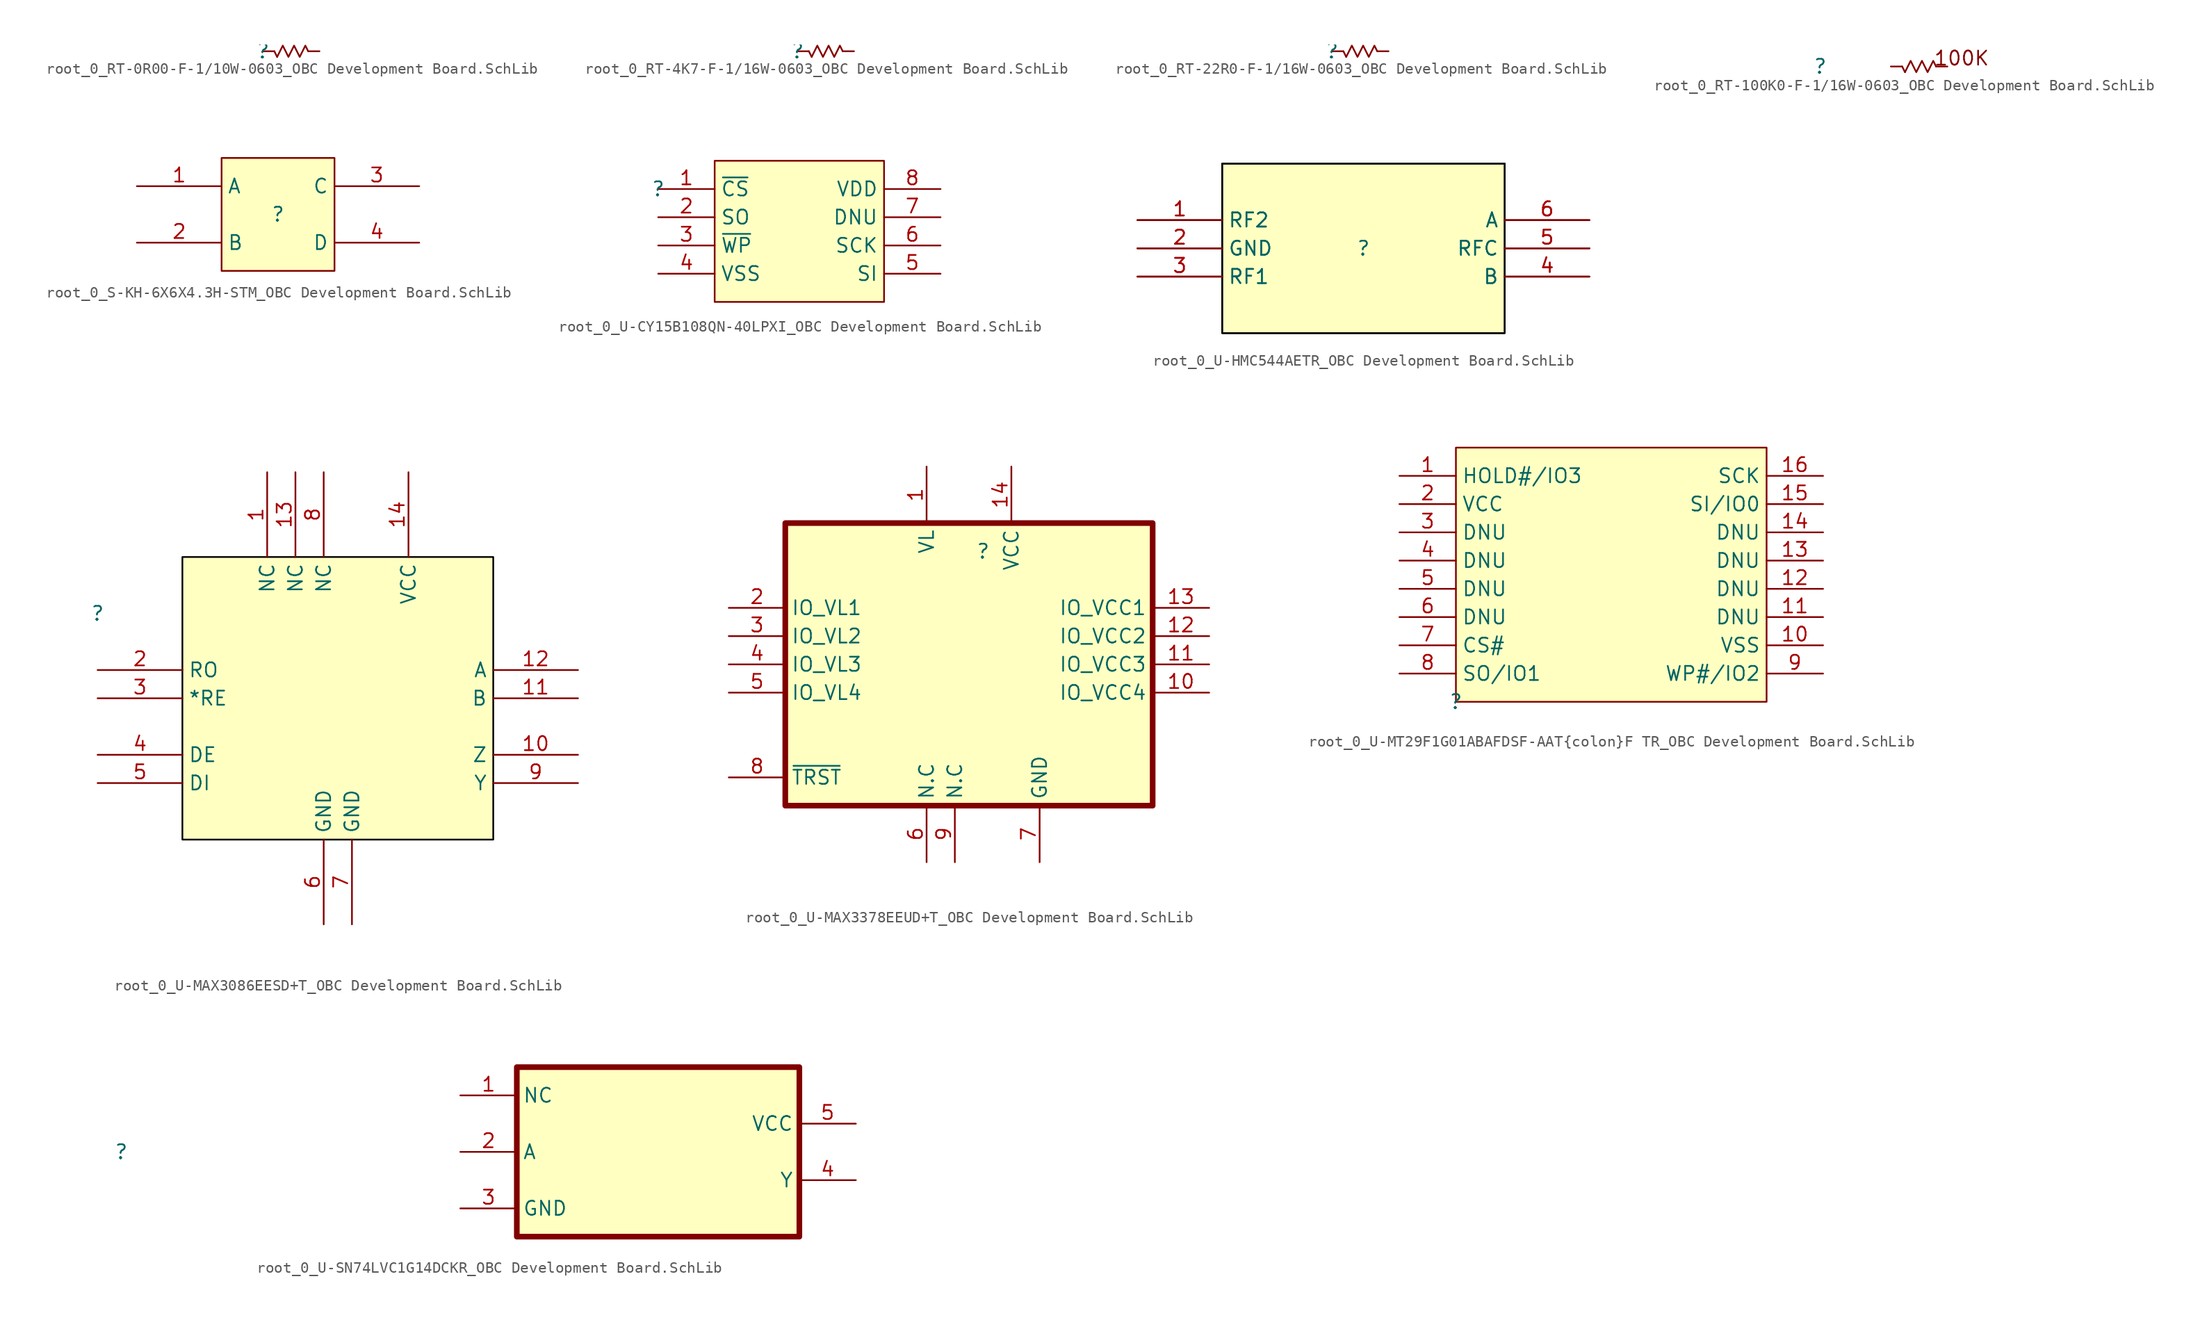
<source format=kicad_sym>
(kicad_symbol_lib
  (version 20241209)
  (generator "kicad_symbol_editor")
  (generator_version "9.0")
  (symbol "root_0_RT-0R00-F-1/10W-0603_OBC Development Board.SchLib"
    (pin_numbers
      (hide yes))
    (pin_names
      (hide yes))
    (property "Reference" ""
      (at 0 0 0)
      (effects (font (size 1.27 1.27))))
    (property "Value" ""
      (at 0 0 0)
      (effects (font (size 1.27 1.27))))
    (symbol "root_0_RT-0R00-F-1/10W-0603_OBC Development Board.SchLib_1_0"
      (polyline (pts (xy 1.27 -0.508) (xy 1.016 0)) (stroke (width 0) (type solid)) (fill (type none)))
      (polyline (pts (xy 1.27 -0.508) (xy 1.778 0.508) (xy 2.286 -0.508) (xy 2.794 0.508) (xy 3.302 -0.508) (xy 3.81 0.508) (xy 4.064 0)) (stroke (width 0) (type solid)) (fill (type none)))
      (pin passive line (at 0 0 0) (length 1.016) (name "" (effects (font (size 1.27 1.27)))) (number "1" (effects (font (size 1.27 1.27)))))
      (pin passive line (at 5.08 0 180) (length 1.016) (name "" (effects (font (size 1.27 1.27)))) (number "2" (effects (font (size 1.27 1.27)))))))
  (symbol "root_0_RT-4K7-F-1/16W-0603_OBC Development Board.SchLib"
    (pin_numbers
      (hide yes))
    (pin_names
      (hide yes))
    (property "Reference" ""
      (at 0 0 0)
      (effects (font (size 1.27 1.27))))
    (property "Value" ""
      (at 0 0 0)
      (effects (font (size 1.27 1.27))))
    (symbol "root_0_RT-4K7-F-1/16W-0603_OBC Development Board.SchLib_1_0"
      (polyline (pts (xy 1.27 -0.508) (xy 1.016 0)) (stroke (width 0) (type solid)) (fill (type none)))
      (polyline (pts (xy 1.27 -0.508) (xy 1.778 0.508) (xy 2.286 -0.508) (xy 2.794 0.508) (xy 3.302 -0.508) (xy 3.81 0.508) (xy 4.064 0)) (stroke (width 0) (type solid)) (fill (type none)))
      (pin passive line (at 0 0 0) (length 1.016) (name "" (effects (font (size 1.27 1.27)))) (number "1" (effects (font (size 1.27 1.27)))))
      (pin passive line (at 5.08 0 180) (length 1.016) (name "" (effects (font (size 1.27 1.27)))) (number "2" (effects (font (size 1.27 1.27)))))))
  (symbol "root_0_RT-22R0-F-1/16W-0603_OBC Development Board.SchLib"
    (pin_numbers
      (hide yes))
    (pin_names
      (hide yes))
    (property "Reference" ""
      (at 0 0 0)
      (effects (font (size 1.27 1.27))))
    (property "Value" ""
      (at 0 0 0)
      (effects (font (size 1.27 1.27))))
    (symbol "root_0_RT-22R0-F-1/16W-0603_OBC Development Board.SchLib_1_0"
      (polyline (pts (xy 1.27 -0.508) (xy 1.016 0)) (stroke (width 0) (type solid)) (fill (type none)))
      (polyline (pts (xy 1.27 -0.508) (xy 1.778 0.508) (xy 2.286 -0.508) (xy 2.794 0.508) (xy 3.302 -0.508) (xy 3.81 0.508) (xy 4.064 0)) (stroke (width 0) (type solid)) (fill (type none)))
      (pin passive line (at 0 0 0) (length 1.016) (name "" (effects (font (size 1.27 1.27)))) (number "1" (effects (font (size 1.27 1.27)))))
      (pin passive line (at 5.08 0 180) (length 1.016) (name "" (effects (font (size 1.27 1.27)))) (number "2" (effects (font (size 1.27 1.27)))))))
  (symbol "root_0_RT-100K0-F-1/16W-0603_OBC Development Board.SchLib"
    (pin_numbers
      (hide yes))
    (pin_names
      (hide yes))
    (property "Reference" ""
      (at 0 0 0)
      (effects (font (size 1.27 1.27))))
    (property "Value" ""
      (at 0 0 0)
      (effects (font (size 1.27 1.27))))
    (symbol "root_0_RT-100K0-F-1/16W-0603_OBC Development Board.SchLib_1_0"
      (polyline (pts (xy 7.62 -0.508) (xy 7.366 0)) (stroke (width 0) (type solid)) (fill (type none)))
      (polyline (pts (xy 7.62 -0.508) (xy 8.128 0.508) (xy 8.636 -0.508) (xy 9.144 0.508) (xy 9.652 -0.508) (xy 10.16 0.508) (xy 10.414 0)) (stroke (width 0) (type solid)) (fill (type none)))
      (text "100K" (at 10.16 0 0) (effects (font (size 1.27 1.27)) (justify left bottom)))
      (pin passive line (at 6.35 0 0) (length 1.016) (name "" (effects (font (size 1.27 1.27)))) (number "1" (effects (font (size 1.27 1.27)))))
      (pin passive line (at 11.43 0 180) (length 1.016) (name "" (effects (font (size 1.27 1.27)))) (number "2" (effects (font (size 1.27 1.27)))))))
  (symbol "root_0_S-KH-6X6X4.3H-STM_OBC Development Board.SchLib"
    (property "Reference" ""
      (at 0 0 0)
      (effects (font (size 1.27 1.27))))
    (property "Value" ""
      (at 0 0 0)
      (effects (font (size 1.27 1.27))))
    (symbol "root_0_S-KH-6X6X4.3H-STM_OBC Development Board.SchLib_1_0"
      (rectangle (start 5.08 5.08) (end -5.08 -5.08) (stroke (width 0) (type solid) (color 128 0 0 1)) (fill (type background)))
      (pin passive line (at -12.7 2.54 0) (length 7.62) (name "A" (effects (font (size 1.27 1.27)))) (number "1" (effects (font (size 1.27 1.27)))))
      (pin passive line (at -12.7 -2.54 0) (length 7.62) (name "B" (effects (font (size 1.27 1.27)))) (number "2" (effects (font (size 1.27 1.27)))))
      (pin passive line (at 12.7 2.54 180) (length 7.62) (name "C" (effects (font (size 1.27 1.27)))) (number "3" (effects (font (size 1.27 1.27)))))
      (pin passive line (at 12.7 -2.54 180) (length 7.62) (name "D" (effects (font (size 1.27 1.27)))) (number "4" (effects (font (size 1.27 1.27)))))))
  (symbol "root_0_U-CY15B108QN-40LPXI_OBC Development Board.SchLib"
    (property "Reference" ""
      (at 0 0 0)
      (effects (font (size 1.27 1.27))))
    (property "Value" ""
      (at 0 0 0)
      (effects (font (size 1.27 1.27))))
    (symbol "root_0_U-CY15B108QN-40LPXI_OBC Development Board.SchLib_1_0"
      (rectangle (start 20.32 2.54) (end 5.08 -10.16) (stroke (width 0) (type solid) (color 128 0 0 1)) (fill (type background)))
      (pin passive line (at 0 0 0) (length 5.08) (name "~{CS}" (effects (font (size 1.27 1.27)))) (number "1" (effects (font (size 1.27 1.27)))))
      (pin passive line (at 0 -2.54 0) (length 5.08) (name "SO" (effects (font (size 1.27 1.27)))) (number "2" (effects (font (size 1.27 1.27)))))
      (pin passive line (at 0 -5.08 0) (length 5.08) (name "~{WP}" (effects (font (size 1.27 1.27)))) (number "3" (effects (font (size 1.27 1.27)))))
      (pin passive line (at 0 -7.62 0) (length 5.08) (name "VSS" (effects (font (size 1.27 1.27)))) (number "4" (effects (font (size 1.27 1.27)))))
      (pin passive line (at 25.4 0 180) (length 5.08) (name "VDD" (effects (font (size 1.27 1.27)))) (number "8" (effects (font (size 1.27 1.27)))))
      (pin passive line (at 25.4 -2.54 180) (length 5.08) (name "DNU" (effects (font (size 1.27 1.27)))) (number "7" (effects (font (size 1.27 1.27)))))
      (pin passive line (at 25.4 -5.08 180) (length 5.08) (name "SCK" (effects (font (size 1.27 1.27)))) (number "6" (effects (font (size 1.27 1.27)))))
      (pin passive line (at 25.4 -7.62 180) (length 5.08) (name "SI" (effects (font (size 1.27 1.27)))) (number "5" (effects (font (size 1.27 1.27)))))))
  (symbol "root_0_U-HMC544AETR_OBC Development Board.SchLib"
    (property "Reference" ""
      (at 0 0 0)
      (effects (font (size 1.27 1.27))))
    (property "Value" ""
      (at 0 0 0)
      (effects (font (size 1.27 1.27))))
    (symbol "root_0_U-HMC544AETR_OBC Development Board.SchLib_1_0"
      (rectangle (start 12.7 7.62) (end -12.7 -7.62) (stroke (width 0) (type solid) (color 0 0 0 1)) (fill (type background)))
      (rectangle (start 12.7 7.62) (end -12.7 -7.62) (stroke (width 0) (type solid) (color 0 0 0 1)) (fill (type background)))
      (pin passive line (at -20.32 2.54 0) (length 7.62) (name "RF2" (effects (font (size 1.27 1.27)))) (number "1" (effects (font (size 1.27 1.27)))))
      (pin passive line (at -20.32 2.54 0) (length 7.62) (name "RF2" (effects (font (size 1.27 1.27)))) (number "1" (effects (font (size 1.27 1.27)))))
      (pin passive line (at -20.32 0 0) (length 7.62) (name "GND" (effects (font (size 1.27 1.27)))) (number "2" (effects (font (size 1.27 1.27)))))
      (pin passive line (at -20.32 0 0) (length 7.62) (name "GND" (effects (font (size 1.27 1.27)))) (number "2" (effects (font (size 1.27 1.27)))))
      (pin passive line (at -20.32 -2.54 0) (length 7.62) (name "RF1" (effects (font (size 1.27 1.27)))) (number "3" (effects (font (size 1.27 1.27)))))
      (pin passive line (at -20.32 -2.54 0) (length 7.62) (name "RF1" (effects (font (size 1.27 1.27)))) (number "3" (effects (font (size 1.27 1.27)))))
      (pin passive line (at 20.32 2.54 180) (length 7.62) (name "A" (effects (font (size 1.27 1.27)))) (number "6" (effects (font (size 1.27 1.27)))))
      (pin passive line (at 20.32 2.54 180) (length 7.62) (name "A" (effects (font (size 1.27 1.27)))) (number "6" (effects (font (size 1.27 1.27)))))
      (pin passive line (at 20.32 0 180) (length 7.62) (name "RFC" (effects (font (size 1.27 1.27)))) (number "5" (effects (font (size 1.27 1.27)))))
      (pin passive line (at 20.32 0 180) (length 7.62) (name "RFC" (effects (font (size 1.27 1.27)))) (number "5" (effects (font (size 1.27 1.27)))))
      (pin passive line (at 20.32 -2.54 180) (length 7.62) (name "B" (effects (font (size 1.27 1.27)))) (number "4" (effects (font (size 1.27 1.27)))))
      (pin passive line (at 20.32 -2.54 180) (length 7.62) (name "B" (effects (font (size 1.27 1.27)))) (number "4" (effects (font (size 1.27 1.27)))))))
  (symbol "root_0_U-MAX3086EESD+T_OBC Development Board.SchLib"
    (property "Reference" ""
      (at 0 0 0)
      (effects (font (size 1.27 1.27))))
    (property "Value" ""
      (at 0 0 0)
      (effects (font (size 1.27 1.27))))
    (symbol "root_0_U-MAX3086EESD+T_OBC Development Board.SchLib_1_0"
      (rectangle (start 35.56 5.08) (end 7.62 -20.32) (stroke (width 0) (type solid) (color 0 0 0 1)) (fill (type background)))
      (pin passive line (at 0 -5.08 0) (length 7.62) (name "RO" (effects (font (size 1.27 1.27)))) (number "2" (effects (font (size 1.27 1.27)))))
      (pin passive line (at 0 -7.62 0) (length 7.62) (name "*RE" (effects (font (size 1.27 1.27)))) (number "3" (effects (font (size 1.27 1.27)))))
      (pin passive line (at 0 -12.7 0) (length 7.62) (name "DE" (effects (font (size 1.27 1.27)))) (number "4" (effects (font (size 1.27 1.27)))))
      (pin passive line (at 0 -15.24 0) (length 7.62) (name "DI" (effects (font (size 1.27 1.27)))) (number "5" (effects (font (size 1.27 1.27)))))
      (pin passive line (at 15.24 12.7 270) (length 7.62) (name "NC" (effects (font (size 1.27 1.27)))) (number "1" (effects (font (size 1.27 1.27)))))
      (pin passive line (at 17.78 12.7 270) (length 7.62) (name "NC" (effects (font (size 1.27 1.27)))) (number "13" (effects (font (size 1.27 1.27)))))
      (pin passive line (at 20.32 12.7 270) (length 7.62) (name "NC" (effects (font (size 1.27 1.27)))) (number "8" (effects (font (size 1.27 1.27)))))
      (pin power_in line (at 20.32 -27.94 90) (length 7.62) (name "GND" (effects (font (size 1.27 1.27)))) (number "6" (effects (font (size 1.27 1.27)))))
      (pin power_in line (at 22.86 -27.94 90) (length 7.62) (name "GND" (effects (font (size 1.27 1.27)))) (number "7" (effects (font (size 1.27 1.27)))))
      (pin power_in line (at 27.94 12.7 270) (length 7.62) (name "VCC" (effects (font (size 1.27 1.27)))) (number "14" (effects (font (size 1.27 1.27)))))
      (pin passive line (at 43.18 -5.08 180) (length 7.62) (name "A" (effects (font (size 1.27 1.27)))) (number "12" (effects (font (size 1.27 1.27)))))
      (pin passive line (at 43.18 -7.62 180) (length 7.62) (name "B" (effects (font (size 1.27 1.27)))) (number "11" (effects (font (size 1.27 1.27)))))
      (pin passive line (at 43.18 -12.7 180) (length 7.62) (name "Z" (effects (font (size 1.27 1.27)))) (number "10" (effects (font (size 1.27 1.27)))))
      (pin passive line (at 43.18 -15.24 180) (length 7.62) (name "Y" (effects (font (size 1.27 1.27)))) (number "9" (effects (font (size 1.27 1.27)))))))
  (symbol "root_0_U-MAX3378EEUD+T_OBC Development Board.SchLib"
    (property "Reference" ""
      (at 0 0 0)
      (effects (font (size 1.27 1.27))))
    (property "Value" ""
      (at 0 0 0)
      (effects (font (size 1.27 1.27))))
    (symbol "root_0_U-MAX3378EEUD+T_OBC Development Board.SchLib_1_0"
      (rectangle (start 15.24 2.54) (end -17.78 -22.86) (stroke (width 0.508) (type solid) (color 128 0 0 1)) (fill (type background)))
      (pin passive line (at -22.86 -5.08 0) (length 5.08) (name "IO_VL1" (effects (font (size 1.27 1.27)))) (number "2" (effects (font (size 1.27 1.27)))))
      (pin passive line (at -22.86 -7.62 0) (length 5.08) (name "IO_VL2" (effects (font (size 1.27 1.27)))) (number "3" (effects (font (size 1.27 1.27)))))
      (pin passive line (at -22.86 -10.16 0) (length 5.08) (name "IO_VL3" (effects (font (size 1.27 1.27)))) (number "4" (effects (font (size 1.27 1.27)))))
      (pin passive line (at -22.86 -12.7 0) (length 5.08) (name "IO_VL4" (effects (font (size 1.27 1.27)))) (number "5" (effects (font (size 1.27 1.27)))))
      (pin passive line (at -22.86 -20.32 0) (length 5.08) (name "~{TRST}" (effects (font (size 1.27 1.27)))) (number "8" (effects (font (size 1.27 1.27)))))
      (pin power_in line (at -5.08 7.62 270) (length 5.08) (name "VL" (effects (font (size 1.27 1.27)))) (number "1" (effects (font (size 1.27 1.27)))))
      (pin passive line (at -5.08 -27.94 90) (length 5.08) (name "N.C" (effects (font (size 1.27 1.27)))) (number "6" (effects (font (size 1.27 1.27)))))
      (pin passive line (at -2.54 -27.94 90) (length 5.08) (name "N.C" (effects (font (size 1.27 1.27)))) (number "9" (effects (font (size 1.27 1.27)))))
      (pin power_in line (at 2.54 7.62 270) (length 5.08) (name "VCC" (effects (font (size 1.27 1.27)))) (number "14" (effects (font (size 1.27 1.27)))))
      (pin passive line (at 5.08 -27.94 90) (length 5.08) (name "GND" (effects (font (size 1.27 1.27)))) (number "7" (effects (font (size 1.27 1.27)))))
      (pin passive line (at 20.32 -5.08 180) (length 5.08) (name "IO_VCC1" (effects (font (size 1.27 1.27)))) (number "13" (effects (font (size 1.27 1.27)))))
      (pin passive line (at 20.32 -7.62 180) (length 5.08) (name "IO_VCC2" (effects (font (size 1.27 1.27)))) (number "12" (effects (font (size 1.27 1.27)))))
      (pin passive line (at 20.32 -10.16 180) (length 5.08) (name "IO_VCC3" (effects (font (size 1.27 1.27)))) (number "11" (effects (font (size 1.27 1.27)))))
      (pin passive line (at 20.32 -12.7 180) (length 5.08) (name "IO_VCC4" (effects (font (size 1.27 1.27)))) (number "10" (effects (font (size 1.27 1.27)))))))
  (symbol "root_0_U-MT29F1G01ABAFDSF-AAT{colon}F TR_OBC Development Board.SchLib"
    (property "Reference" ""
      (at 0 0 0)
      (effects (font (size 1.27 1.27))))
    (property "Value" ""
      (at 0 0 0)
      (effects (font (size 1.27 1.27))))
    (symbol "root_0_U-MT29F1G01ABAFDSF-AAT{colon}F TR_OBC Development Board.SchLib_1_0"
      (rectangle (start 27.94 22.86) (end 0 0) (stroke (width 0) (type solid) (color 128 0 0 1)) (fill (type background)))
      (pin passive line (at -5.08 20.32 0) (length 5.08) (name "HOLD#/IO3" (effects (font (size 1.27 1.27)))) (number "1" (effects (font (size 1.27 1.27)))))
      (pin passive line (at -5.08 17.78 0) (length 5.08) (name "VCC" (effects (font (size 1.27 1.27)))) (number "2" (effects (font (size 1.27 1.27)))))
      (pin passive line (at -5.08 15.24 0) (length 5.08) (name "DNU" (effects (font (size 1.27 1.27)))) (number "3" (effects (font (size 1.27 1.27)))))
      (pin passive line (at -5.08 12.7 0) (length 5.08) (name "DNU" (effects (font (size 1.27 1.27)))) (number "4" (effects (font (size 1.27 1.27)))))
      (pin passive line (at -5.08 10.16 0) (length 5.08) (name "DNU" (effects (font (size 1.27 1.27)))) (number "5" (effects (font (size 1.27 1.27)))))
      (pin passive line (at -5.08 7.62 0) (length 5.08) (name "DNU" (effects (font (size 1.27 1.27)))) (number "6" (effects (font (size 1.27 1.27)))))
      (pin passive line (at -5.08 5.08 0) (length 5.08) (name "CS#" (effects (font (size 1.27 1.27)))) (number "7" (effects (font (size 1.27 1.27)))))
      (pin passive line (at -5.08 2.54 0) (length 5.08) (name "SO/IO1" (effects (font (size 1.27 1.27)))) (number "8" (effects (font (size 1.27 1.27)))))
      (pin passive line (at 33.02 20.32 180) (length 5.08) (name "SCK" (effects (font (size 1.27 1.27)))) (number "16" (effects (font (size 1.27 1.27)))))
      (pin passive line (at 33.02 17.78 180) (length 5.08) (name "SI/IO0" (effects (font (size 1.27 1.27)))) (number "15" (effects (font (size 1.27 1.27)))))
      (pin passive line (at 33.02 15.24 180) (length 5.08) (name "DNU" (effects (font (size 1.27 1.27)))) (number "14" (effects (font (size 1.27 1.27)))))
      (pin passive line (at 33.02 12.7 180) (length 5.08) (name "DNU" (effects (font (size 1.27 1.27)))) (number "13" (effects (font (size 1.27 1.27)))))
      (pin passive line (at 33.02 10.16 180) (length 5.08) (name "DNU" (effects (font (size 1.27 1.27)))) (number "12" (effects (font (size 1.27 1.27)))))
      (pin passive line (at 33.02 7.62 180) (length 5.08) (name "DNU" (effects (font (size 1.27 1.27)))) (number "11" (effects (font (size 1.27 1.27)))))
      (pin passive line (at 33.02 5.08 180) (length 5.08) (name "VSS" (effects (font (size 1.27 1.27)))) (number "10" (effects (font (size 1.27 1.27)))))
      (pin passive line (at 33.02 2.54 180) (length 5.08) (name "WP#/IO2" (effects (font (size 1.27 1.27)))) (number "9" (effects (font (size 1.27 1.27)))))))
  (symbol "root_0_U-SN74LVC1G14DCKR_OBC Development Board.SchLib"
    (property "Reference" ""
      (at 0 0 0)
      (effects (font (size 1.27 1.27))))
    (property "Value" ""
      (at 0 0 0)
      (effects (font (size 1.27 1.27))))
    (symbol "root_0_U-SN74LVC1G14DCKR_OBC Development Board.SchLib_1_0"
      (rectangle (start 60.96 7.62) (end 35.56 -7.62) (stroke (width 0.508) (type solid) (color 128 0 0 1)) (fill (type background)))
      (pin passive line (at 30.48 5.08 0) (length 5.08) (name "NC" (effects (font (size 1.27 1.27)))) (number "1" (effects (font (size 1.27 1.27)))))
      (pin passive line (at 30.48 0 0) (length 5.08) (name "A" (effects (font (size 1.27 1.27)))) (number "2" (effects (font (size 1.27 1.27)))))
      (pin passive line (at 30.48 -5.08 0) (length 5.08) (name "GND" (effects (font (size 1.27 1.27)))) (number "3" (effects (font (size 1.27 1.27)))))
      (pin passive line (at 66.04 2.54 180) (length 5.08) (name "VCC" (effects (font (size 1.27 1.27)))) (number "5" (effects (font (size 1.27 1.27)))))
      (pin passive line (at 66.04 -2.54 180) (length 5.08) (name "Y" (effects (font (size 1.27 1.27)))) (number "4" (effects (font (size 1.27 1.27))))))))
</source>
